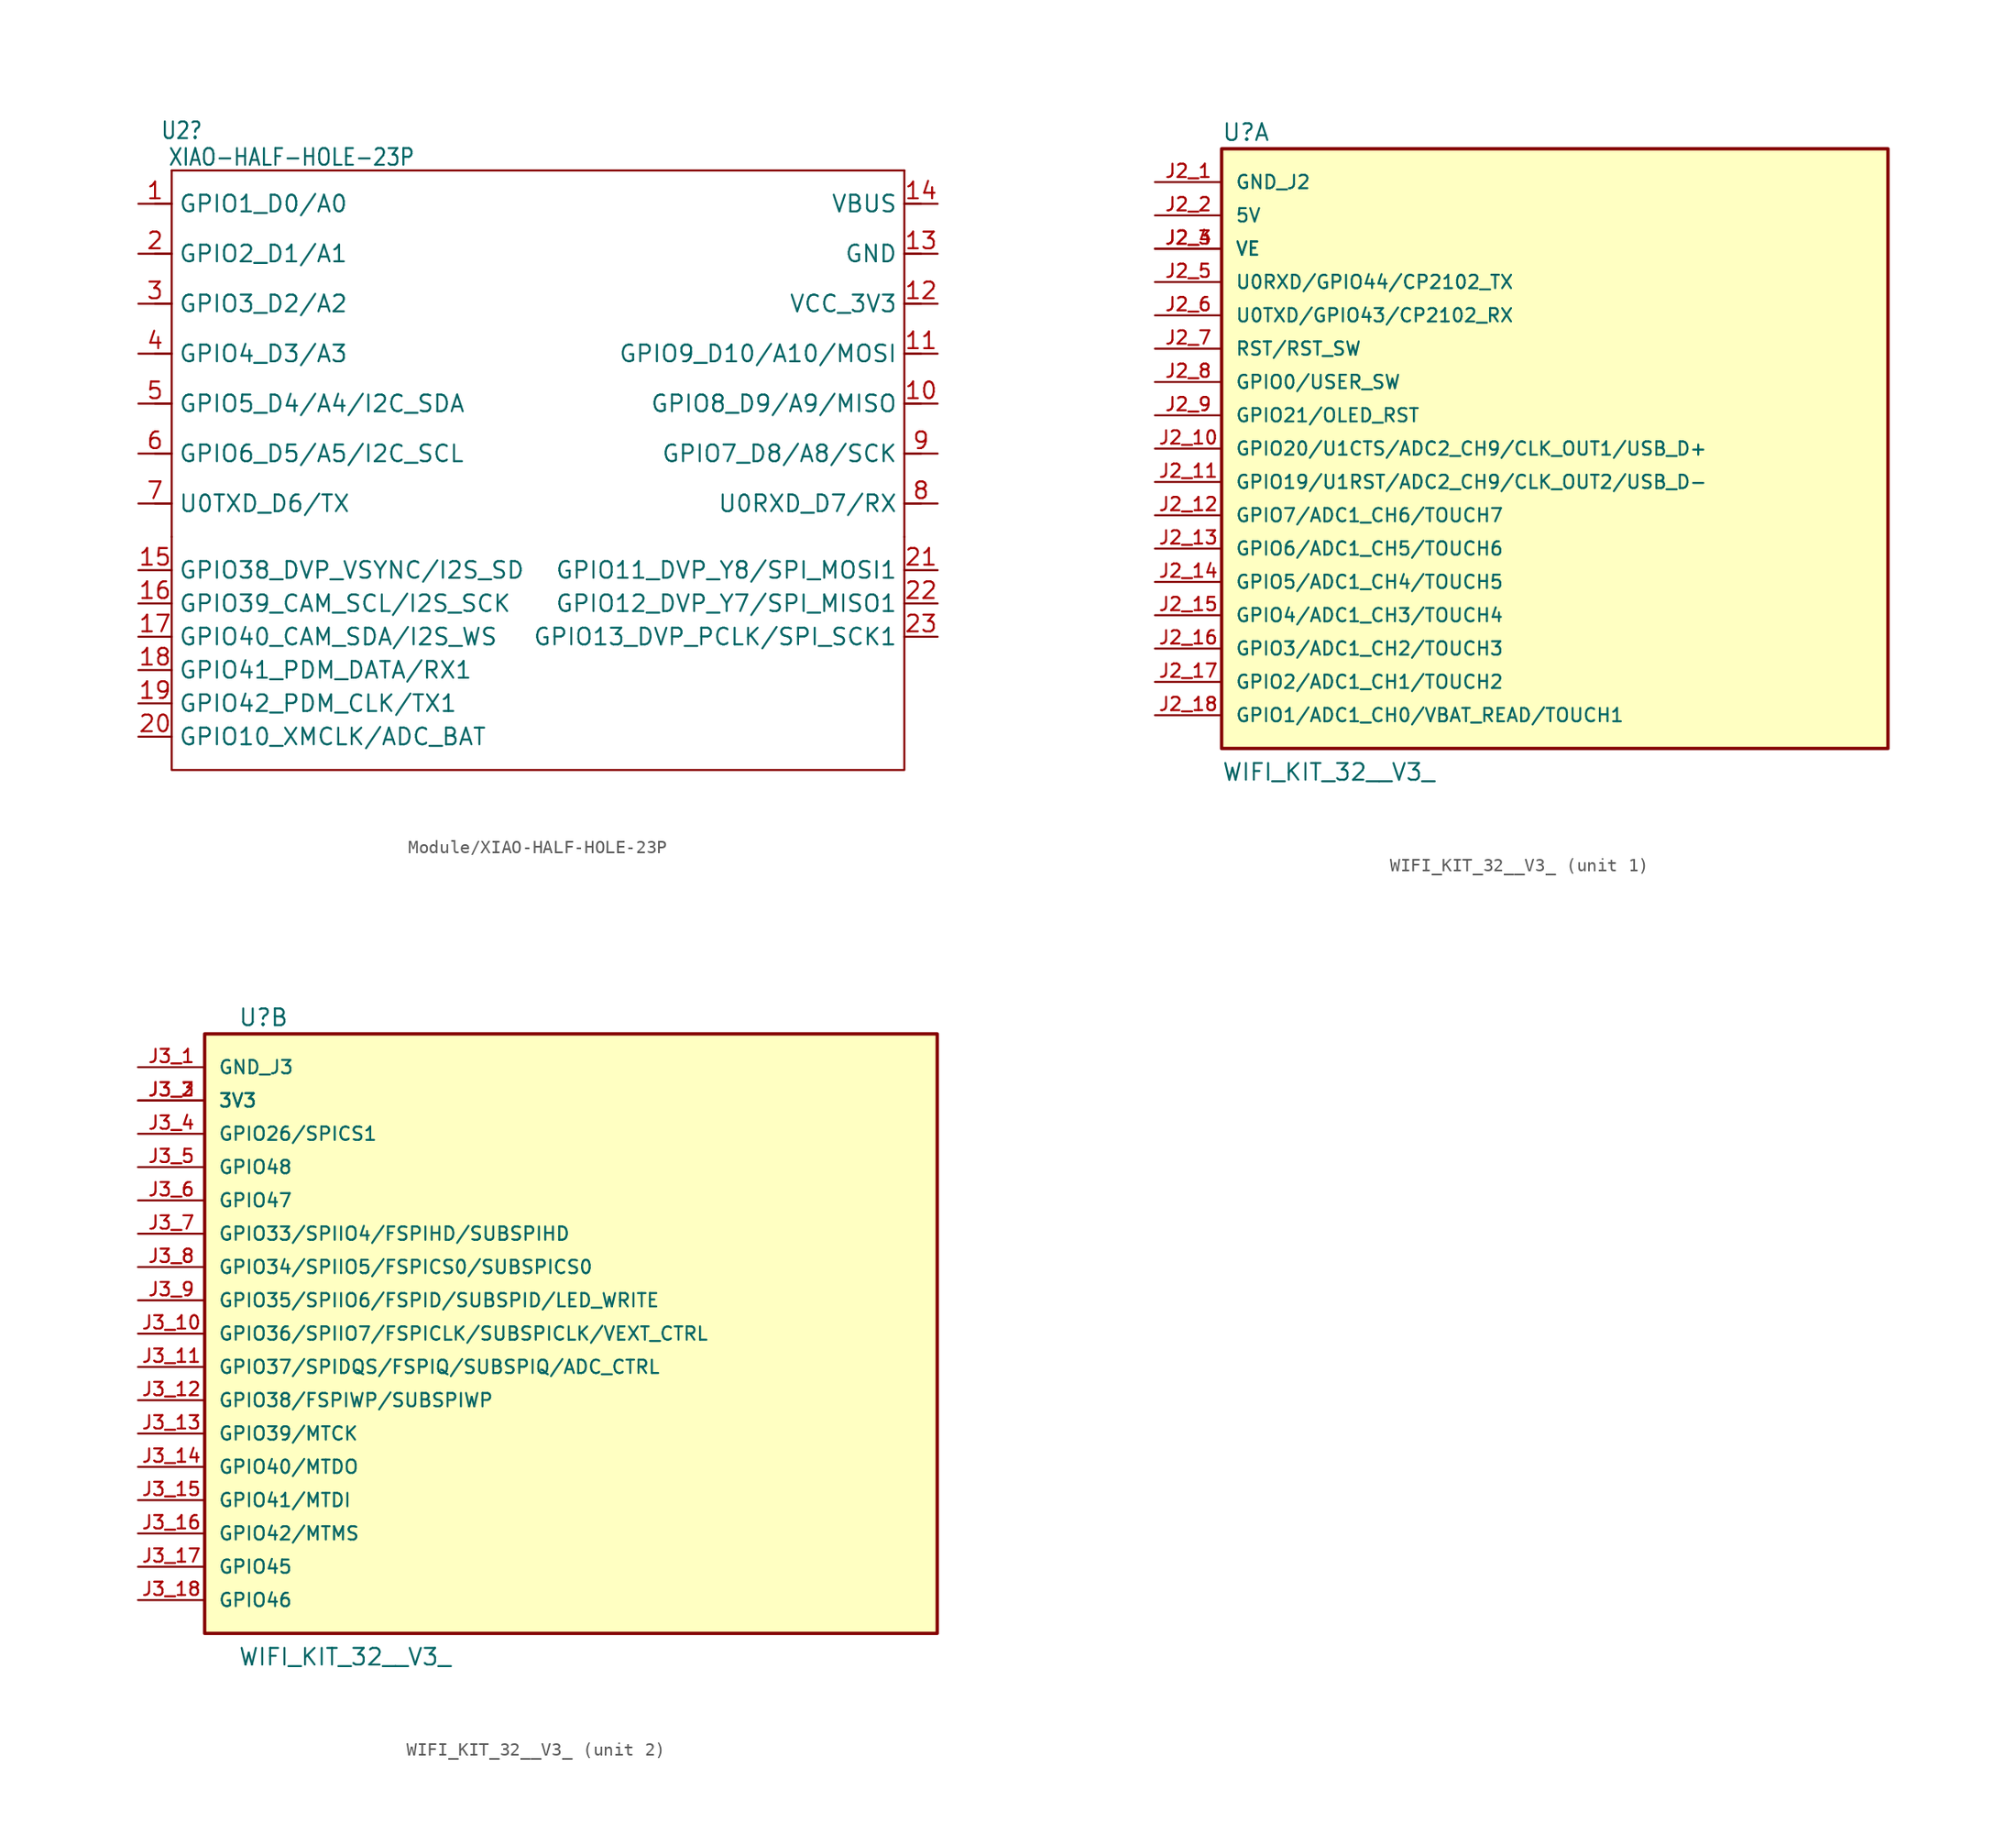
<source format=kicad_sym>
(kicad_symbol_lib
  (version 20241209)
  (generator "kicad_symbol_editor")
  (generator_version "9.0")
  (symbol "Module/XIAO-HALF-HOLE-23P"
    (property "Reference" "U2"
      (at -20.828 17.018 0)
      (effects (font (size 1.27 1.079))))
    (property "Value" "XIAO-HALF-HOLE-23P"
      (at -12.446 14.986 0)
      (effects (font (size 1.27 1.079))))
    (property "Rating" ""
      (at 0 0 0)
      (effects (font (size 1 1))))
    (symbol "Module/XIAO-HALF-HOLE-23P_0_1"
      (polyline (pts (xy -21.59 -13.97) (xy -21.59 -31.75) (xy 34.29 -31.75) (xy 34.29 -13.97)) (stroke (width 0) (type default)) (fill (type none))))
    (symbol "Module/XIAO-HALF-HOLE-23P_1_0"
      (polyline (pts (xy -21.59 13.97) (xy 34.29 13.97)) (stroke (width 0.152) (type solid)) (fill (type none)))
      (polyline (pts (xy -21.59 11.43) (xy -22.86 11.43)) (stroke (width 0.152) (type solid)) (fill (type none)))
      (polyline (pts (xy -21.59 11.43) (xy -21.59 13.97)) (stroke (width 0.152) (type solid)) (fill (type none)))
      (polyline (pts (xy -21.59 7.62) (xy -22.86 7.62)) (stroke (width 0.152) (type solid)) (fill (type none)))
      (polyline (pts (xy -21.59 7.62) (xy -21.59 11.43)) (stroke (width 0.152) (type solid)) (fill (type none)))
      (polyline (pts (xy -21.59 3.81) (xy -22.86 3.81)) (stroke (width 0.152) (type solid)) (fill (type none)))
      (polyline (pts (xy -21.59 3.81) (xy -21.59 7.62)) (stroke (width 0.152) (type solid)) (fill (type none)))
      (polyline (pts (xy -21.59 0) (xy -22.86 0)) (stroke (width 0.152) (type solid)) (fill (type none)))
      (polyline (pts (xy -21.59 0) (xy -21.59 3.81)) (stroke (width 0.152) (type solid)) (fill (type none)))
      (polyline (pts (xy -21.59 -3.81) (xy -22.86 -3.81)) (stroke (width 0.152) (type solid)) (fill (type none)))
      (polyline (pts (xy -21.59 -7.62) (xy -22.86 -7.62)) (stroke (width 0.152) (type solid)) (fill (type none)))
      (polyline (pts (xy -21.59 -11.43) (xy -22.86 -11.43)) (stroke (width 0.152) (type solid)) (fill (type none)))
      (polyline (pts (xy -21.59 -13.97) (xy -21.59 0)) (stroke (width 0.152) (type solid)) (fill (type none)))
      (polyline (pts (xy 34.29 13.97) (xy 34.29 11.43)) (stroke (width 0.152) (type solid)) (fill (type none)))
      (polyline (pts (xy 34.29 11.43) (xy 34.29 7.62)) (stroke (width 0.152) (type solid)) (fill (type none)))
      (polyline (pts (xy 34.29 7.62) (xy 34.29 3.81)) (stroke (width 0.152) (type solid)) (fill (type none)))
      (polyline (pts (xy 34.29 3.81) (xy 34.29 -13.97)) (stroke (width 0.152) (type solid)) (fill (type none)))
      (polyline (pts (xy 35.56 11.43) (xy 34.29 11.43)) (stroke (width 0.152) (type solid)) (fill (type none)))
      (polyline (pts (xy 35.56 7.62) (xy 34.29 7.62)) (stroke (width 0.152) (type solid)) (fill (type none)))
      (polyline (pts (xy 35.56 3.81) (xy 34.29 3.81)) (stroke (width 0.152) (type solid)) (fill (type none)))
      (polyline (pts (xy 35.56 0) (xy 34.29 0)) (stroke (width 0.152) (type solid)) (fill (type none)))
      (polyline (pts (xy 35.56 -3.81) (xy 34.29 -3.81)) (stroke (width 0.152) (type solid)) (fill (type none)))
      (polyline (pts (xy 35.56 -7.62) (xy 34.29 -7.62)) (stroke (width 0.152) (type solid)) (fill (type none)))
      (polyline (pts (xy 35.56 -11.43) (xy 34.29 -11.43)) (stroke (width 0.152) (type solid)) (fill (type none)))
      (pin passive line (at -24.13 11.43 0) (length 2.54) (name "GPIO1_D0/A0" (effects (font (size 1.27 1.27)))) (number "1" (effects (font (size 1.27 1.27)))))
      (pin passive line (at -24.13 7.62 0) (length 2.54) (name "GPIO2_D1/A1" (effects (font (size 1.27 1.27)))) (number "2" (effects (font (size 1.27 1.27)))))
      (pin passive line (at -24.13 3.81 0) (length 2.54) (name "GPIO3_D2/A2" (effects (font (size 1.27 1.27)))) (number "3" (effects (font (size 1.27 1.27)))))
      (pin passive line (at -24.13 0 0) (length 2.54) (name "GPIO4_D3/A3" (effects (font (size 1.27 1.27)))) (number "4" (effects (font (size 1.27 1.27)))))
      (pin passive line (at -24.13 -3.81 0) (length 2.54) (name "GPIO5_D4/A4/I2C_SDA" (effects (font (size 1.27 1.27)))) (number "5" (effects (font (size 1.27 1.27)))))
      (pin passive line (at -24.13 -7.62 0) (length 2.54) (name "GPIO6_D5/A5/I2C_SCL" (effects (font (size 1.27 1.27)))) (number "6" (effects (font (size 1.27 1.27)))))
      (pin passive line (at -24.13 -11.43 0) (length 2.54) (name "U0TXD_D6/TX" (effects (font (size 1.27 1.27)))) (number "7" (effects (font (size 1.27 1.27)))))
      (pin passive line (at 36.83 11.43 180) (length 2.54) (name "VBUS" (effects (font (size 1.27 1.27)))) (number "14" (effects (font (size 1.27 1.27)))))
      (pin passive line (at 36.83 7.62 180) (length 2.54) (name "GND" (effects (font (size 1.27 1.27)))) (number "13" (effects (font (size 1.27 1.27)))))
      (pin passive line (at 36.83 3.81 180) (length 2.54) (name "VCC_3V3" (effects (font (size 1.27 1.27)))) (number "12" (effects (font (size 1.27 1.27)))))
      (pin passive line (at 36.83 0 180) (length 2.54) (name "GPIO9_D10/A10/MOSI" (effects (font (size 1.27 1.27)))) (number "11" (effects (font (size 1.27 1.27)))))
      (pin passive line (at 36.83 -3.81 180) (length 2.54) (name "GPIO8_D9/A9/MISO" (effects (font (size 1.27 1.27)))) (number "10" (effects (font (size 1.27 1.27)))))
      (pin passive line (at 36.83 -7.62 180) (length 2.54) (name "GPIO7_D8/A8/SCK" (effects (font (size 1.27 1.27)))) (number "9" (effects (font (size 1.27 1.27)))))
      (pin passive line (at 36.83 -11.43 180) (length 2.54) (name "U0RXD_D7/RX" (effects (font (size 1.27 1.27)))) (number "8" (effects (font (size 1.27 1.27))))))
    (symbol "Module/XIAO-HALF-HOLE-23P_1_1"
      (pin passive line (at -24.13 -16.51 0) (length 2.54) (name "GPIO38_DVP_VSYNC/I2S_SD" (effects (font (size 1.27 1.27)))) (number "15" (effects (font (size 1.27 1.27)))))
      (pin passive line (at -24.13 -19.05 0) (length 2.54) (name "GPIO39_CAM_SCL/I2S_SCK" (effects (font (size 1.27 1.27)))) (number "16" (effects (font (size 1.27 1.27)))))
      (pin passive line (at -24.13 -21.59 0) (length 2.54) (name "GPIO40_CAM_SDA/I2S_WS" (effects (font (size 1.27 1.27)))) (number "17" (effects (font (size 1.27 1.27)))))
      (pin passive line (at -24.13 -24.13 0) (length 2.54) (name "GPIO41_PDM_DATA/RX1" (effects (font (size 1.27 1.27)))) (number "18" (effects (font (size 1.27 1.27)))))
      (pin passive line (at -24.13 -26.67 0) (length 2.54) (name "GPIO42_PDM_CLK/TX1" (effects (font (size 1.27 1.27)))) (number "19" (effects (font (size 1.27 1.27)))))
      (pin passive line (at -24.13 -29.21 0) (length 2.54) (name "GPIO10_XMCLK/ADC_BAT" (effects (font (size 1.27 1.27)))) (number "20" (effects (font (size 1.27 1.27)))))
      (pin passive line (at 36.83 -16.51 180) (length 2.54) (name "GPIO11_DVP_Y8/SPI_MOSI1" (effects (font (size 1.27 1.27)))) (number "21" (effects (font (size 1.27 1.27)))))
      (pin passive line (at 36.83 -19.05 180) (length 2.54) (name "GPIO12_DVP_Y7/SPI_MISO1" (effects (font (size 1.27 1.27)))) (number "22" (effects (font (size 1.27 1.27)))))
      (pin passive line (at 36.83 -21.59 180) (length 2.54) (name "GPIO13_DVP_PCLK/SPI_SCK1" (effects (font (size 1.27 1.27)))) (number "23" (effects (font (size 1.27 1.27)))))))
  (symbol "WIFI_KIT_32__V3_"
    (pin_names
      (offset 1.016))
    (property "Reference" "U"
      (at -25.4 23.368 0)
      (effects (font (size 1.27 1.27)) (justify left bottom)))
    (property "Value" "WIFI_KIT_32__V3_"
      (at -25.4 -25.4 0)
      (effects (font (size 1.27 1.27)) (justify left bottom)))
    (symbol "WIFI_KIT_32__V3__1_0"
      (rectangle (start -25.4 -22.86) (end 25.4 22.86) (stroke (width 0.254) (type default)) (fill (type background)))
      (pin power_in line (at -30.48 20.32 0) (length 5.08) (name "GND_J2" (effects (font (size 1.016 1.016)))) (number "J2_1" (effects (font (size 1.016 1.016)))))
      (pin power_in line (at -30.48 17.78 0) (length 5.08) (name "5V" (effects (font (size 1.016 1.016)))) (number "J2_2" (effects (font (size 1.016 1.016)))))
      (pin power_in line (at -30.48 15.24 0) (length 5.08) (name "VE" (effects (font (size 1.016 1.016)))) (number "J2_3" (effects (font (size 1.016 1.016)))))
      (pin power_in line (at -30.48 15.24 0) (length 5.08) (name "VE" (effects (font (size 1.016 1.016)))) (number "J2_4" (effects (font (size 1.016 1.016)))))
      (pin bidirectional line (at -30.48 12.7 0) (length 5.08) (name "U0RXD/GPIO44/CP2102_TX" (effects (font (size 1.016 1.016)))) (number "J2_5" (effects (font (size 1.016 1.016)))))
      (pin bidirectional line (at -30.48 10.16 0) (length 5.08) (name "U0TXD/GPIO43/CP2102_RX" (effects (font (size 1.016 1.016)))) (number "J2_6" (effects (font (size 1.016 1.016)))))
      (pin input line (at -30.48 7.62 0) (length 5.08) (name "RST/RST_SW" (effects (font (size 1.016 1.016)))) (number "J2_7" (effects (font (size 1.016 1.016)))))
      (pin bidirectional line (at -30.48 5.08 0) (length 5.08) (name "GPIO0/USER_SW" (effects (font (size 1.016 1.016)))) (number "J2_8" (effects (font (size 1.016 1.016)))))
      (pin bidirectional line (at -30.48 2.54 0) (length 5.08) (name "GPIO21/OLED_RST" (effects (font (size 1.016 1.016)))) (number "J2_9" (effects (font (size 1.016 1.016)))))
      (pin bidirectional line (at -30.48 0 0) (length 5.08) (name "GPIO20/U1CTS/ADC2_CH9/CLK_OUT1/USB_D+" (effects (font (size 1.016 1.016)))) (number "J2_10" (effects (font (size 1.016 1.016)))))
      (pin bidirectional line (at -30.48 -2.54 0) (length 5.08) (name "GPIO19/U1RST/ADC2_CH9/CLK_OUT2/USB_D-" (effects (font (size 1.016 1.016)))) (number "J2_11" (effects (font (size 1.016 1.016)))))
      (pin bidirectional line (at -30.48 -5.08 0) (length 5.08) (name "GPIO7/ADC1_CH6/TOUCH7" (effects (font (size 1.016 1.016)))) (number "J2_12" (effects (font (size 1.016 1.016)))))
      (pin bidirectional line (at -30.48 -7.62 0) (length 5.08) (name "GPIO6/ADC1_CH5/TOUCH6" (effects (font (size 1.016 1.016)))) (number "J2_13" (effects (font (size 1.016 1.016)))))
      (pin bidirectional line (at -30.48 -10.16 0) (length 5.08) (name "GPIO5/ADC1_CH4/TOUCH5" (effects (font (size 1.016 1.016)))) (number "J2_14" (effects (font (size 1.016 1.016)))))
      (pin bidirectional line (at -30.48 -12.7 0) (length 5.08) (name "GPIO4/ADC1_CH3/TOUCH4" (effects (font (size 1.016 1.016)))) (number "J2_15" (effects (font (size 1.016 1.016)))))
      (pin bidirectional line (at -30.48 -15.24 0) (length 5.08) (name "GPIO3/ADC1_CH2/TOUCH3" (effects (font (size 1.016 1.016)))) (number "J2_16" (effects (font (size 1.016 1.016)))))
      (pin bidirectional line (at -30.48 -17.78 0) (length 5.08) (name "GPIO2/ADC1_CH1/TOUCH2" (effects (font (size 1.016 1.016)))) (number "J2_17" (effects (font (size 1.016 1.016)))))
      (pin bidirectional line (at -30.48 -20.32 0) (length 5.08) (name "GPIO1/ADC1_CH0/VBAT_READ/TOUCH1" (effects (font (size 1.016 1.016)))) (number "J2_18" (effects (font (size 1.016 1.016))))))
    (symbol "WIFI_KIT_32__V3__2_0"
      (rectangle (start -27.94 -22.86) (end 27.94 22.86) (stroke (width 0.254) (type default)) (fill (type background)))
      (pin power_in line (at -33.02 20.32 0) (length 5.08) (name "GND_J3" (effects (font (size 1.016 1.016)))) (number "J3_1" (effects (font (size 1.016 1.016)))))
      (pin power_in line (at -33.02 17.78 0) (length 5.08) (name "3V3" (effects (font (size 1.016 1.016)))) (number "J3_2" (effects (font (size 1.016 1.016)))))
      (pin power_in line (at -33.02 17.78 0) (length 5.08) (name "3V3" (effects (font (size 1.016 1.016)))) (number "J3_3" (effects (font (size 1.016 1.016)))))
      (pin bidirectional line (at -33.02 15.24 0) (length 5.08) (name "GPIO26/SPICS1" (effects (font (size 1.016 1.016)))) (number "J3_4" (effects (font (size 1.016 1.016)))))
      (pin bidirectional line (at -33.02 12.7 0) (length 5.08) (name "GPIO48" (effects (font (size 1.016 1.016)))) (number "J3_5" (effects (font (size 1.016 1.016)))))
      (pin bidirectional line (at -33.02 10.16 0) (length 5.08) (name "GPIO47" (effects (font (size 1.016 1.016)))) (number "J3_6" (effects (font (size 1.016 1.016)))))
      (pin bidirectional line (at -33.02 7.62 0) (length 5.08) (name "GPIO33/SPIIO4/FSPIHD/SUBSPIHD" (effects (font (size 1.016 1.016)))) (number "J3_7" (effects (font (size 1.016 1.016)))))
      (pin bidirectional line (at -33.02 5.08 0) (length 5.08) (name "GPIO34/SPIIO5/FSPICS0/SUBSPICS0" (effects (font (size 1.016 1.016)))) (number "J3_8" (effects (font (size 1.016 1.016)))))
      (pin bidirectional line (at -33.02 2.54 0) (length 5.08) (name "GPIO35/SPIIO6/FSPID/SUBSPID/LED_WRITE" (effects (font (size 1.016 1.016)))) (number "J3_9" (effects (font (size 1.016 1.016)))))
      (pin bidirectional line (at -33.02 0 0) (length 5.08) (name "GPIO36/SPIIO7/FSPICLK/SUBSPICLK/VEXT_CTRL" (effects (font (size 1.016 1.016)))) (number "J3_10" (effects (font (size 1.016 1.016)))))
      (pin bidirectional line (at -33.02 -2.54 0) (length 5.08) (name "GPIO37/SPIDQS/FSPIQ/SUBSPIQ/ADC_CTRL" (effects (font (size 1.016 1.016)))) (number "J3_11" (effects (font (size 1.016 1.016)))))
      (pin bidirectional line (at -33.02 -5.08 0) (length 5.08) (name "GPIO38/FSPIWP/SUBSPIWP" (effects (font (size 1.016 1.016)))) (number "J3_12" (effects (font (size 1.016 1.016)))))
      (pin bidirectional line (at -33.02 -7.62 0) (length 5.08) (name "GPIO39/MTCK" (effects (font (size 1.016 1.016)))) (number "J3_13" (effects (font (size 1.016 1.016)))))
      (pin bidirectional line (at -33.02 -10.16 0) (length 5.08) (name "GPIO40/MTDO" (effects (font (size 1.016 1.016)))) (number "J3_14" (effects (font (size 1.016 1.016)))))
      (pin bidirectional line (at -33.02 -12.7 0) (length 5.08) (name "GPIO41/MTDI" (effects (font (size 1.016 1.016)))) (number "J3_15" (effects (font (size 1.016 1.016)))))
      (pin bidirectional line (at -33.02 -15.24 0) (length 5.08) (name "GPIO42/MTMS" (effects (font (size 1.016 1.016)))) (number "J3_16" (effects (font (size 1.016 1.016)))))
      (pin bidirectional line (at -33.02 -17.78 0) (length 5.08) (name "GPIO45" (effects (font (size 1.016 1.016)))) (number "J3_17" (effects (font (size 1.016 1.016)))))
      (pin bidirectional line (at -33.02 -20.32 0) (length 5.08) (name "GPIO46" (effects (font (size 1.016 1.016)))) (number "J3_18" (effects (font (size 1.016 1.016))))))))
</source>
